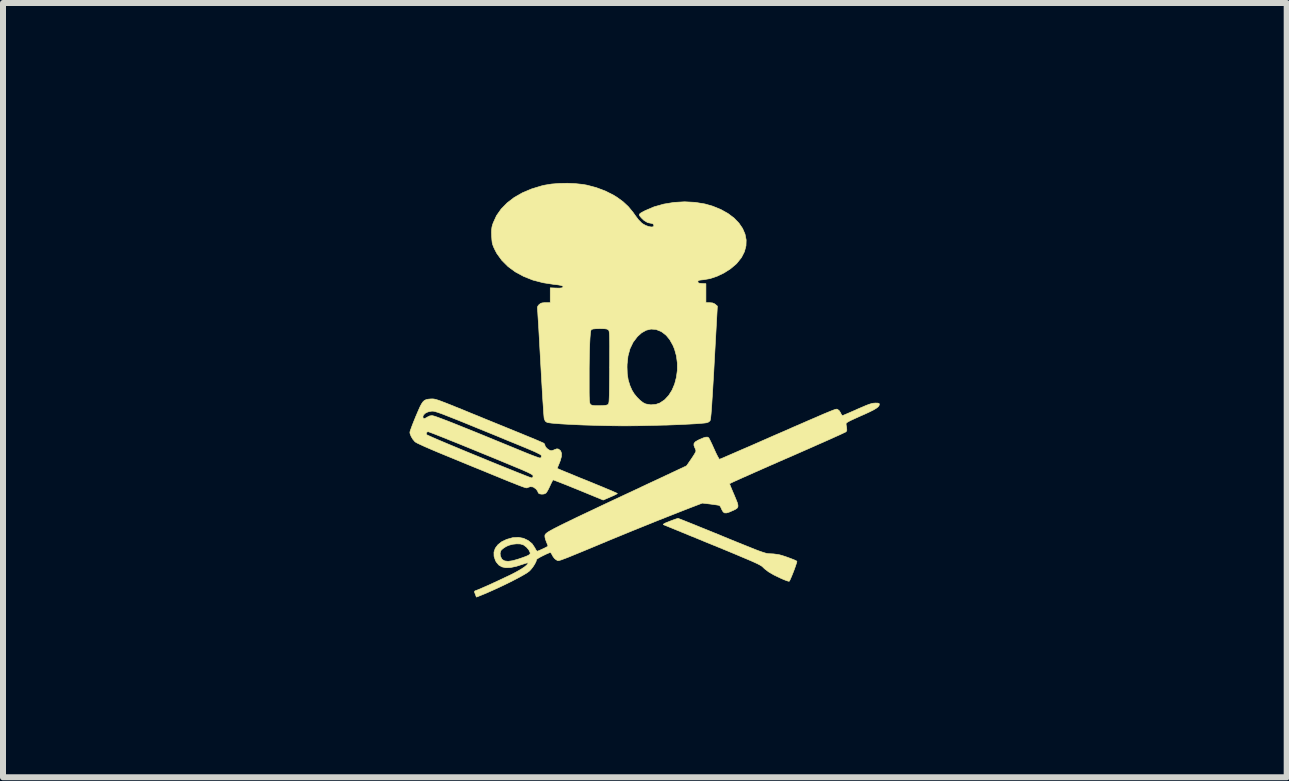
<source format=kicad_pcb>
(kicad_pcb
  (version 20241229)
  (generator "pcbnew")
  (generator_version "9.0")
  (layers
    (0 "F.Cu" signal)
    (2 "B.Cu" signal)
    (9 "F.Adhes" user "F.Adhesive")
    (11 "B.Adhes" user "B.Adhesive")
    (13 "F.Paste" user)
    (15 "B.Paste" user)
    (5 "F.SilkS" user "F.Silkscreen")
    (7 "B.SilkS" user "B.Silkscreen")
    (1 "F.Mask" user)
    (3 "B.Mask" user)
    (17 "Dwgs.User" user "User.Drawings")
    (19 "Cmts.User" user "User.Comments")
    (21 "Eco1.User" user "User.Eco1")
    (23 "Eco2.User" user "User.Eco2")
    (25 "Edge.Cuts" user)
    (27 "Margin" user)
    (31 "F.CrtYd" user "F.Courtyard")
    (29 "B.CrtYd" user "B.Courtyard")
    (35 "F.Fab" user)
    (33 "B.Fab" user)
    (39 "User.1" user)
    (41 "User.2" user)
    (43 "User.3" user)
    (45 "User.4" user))
  (footprint "kitchen_head"
    (layer "F.Cu")
    (at 7.7 3.446)
    (property "Reference" "kitchen_head" (at 0 0 0) (layer "F.Mask") (effects (font (size 1.524 1.524) (thickness 0.3))))
    (attr through_hole)
    (fp_poly (pts (xy 0.567 2.15) (xy 0.603 2.164) (xy 0.657 2.185) (xy 0.729 2.214) (xy 0.817 2.249) (xy 0.917 2.29) (xy 1.029 2.335) (xy 1.149 2.384) (xy 1.277 2.436) (xy 1.286 2.44) (xy 1.434 2.501) (xy 1.562 2.553) (xy 1.669 2.596) (xy 1.759 2.632) (xy 1.833 2.662) (xy 1.893 2.685) (xy 1.941 2.702) (xy 1.98 2.715) (xy 2.01 2.724) (xy 2.035 2.73) (xy 2.055 2.733) (xy 2.073 2.735) (xy 2.087 2.735) (xy 2.147 2.738) (xy 2.212 2.747) (xy 2.246 2.753) (xy 2.289 2.765) (xy 2.342 2.782) (xy 2.398 2.802) (xy 2.451 2.822) (xy 2.496 2.84) (xy 2.526 2.855) (xy 2.534 2.86) (xy 2.533 2.874) (xy 2.523 2.906) (xy 2.508 2.951) (xy 2.489 3.004) (xy 2.468 3.058) (xy 2.447 3.11) (xy 2.428 3.154) (xy 2.414 3.184) (xy 2.407 3.194) (xy 2.392 3.193) (xy 2.36 3.183) (xy 2.314 3.165) (xy 2.264 3.143) (xy 2.153 3.09) (xy 2.064 3.038) (xy 1.996 2.986) (xy 1.964 2.955) (xy 1.953 2.945) (xy 1.936 2.934) (xy 1.912 2.92) (xy 1.877 2.902) (xy 1.832 2.881) (xy 1.774 2.855) (xy 1.701 2.824) (xy 1.613 2.787) (xy 1.507 2.742) (xy 1.382 2.69) (xy 1.236 2.63) (xy 1.131 2.587) (xy 0.996 2.532) (xy 0.868 2.479) (xy 0.747 2.43) (xy 0.638 2.385) (xy 0.541 2.345) (xy 0.458 2.311) (xy 0.392 2.284) (xy 0.345 2.265) (xy 0.318 2.254) (xy 0.313 2.252) (xy 0.307 2.246) (xy 0.319 2.235) (xy 0.349 2.22) (xy 0.402 2.199) (xy 0.414 2.194) (xy 0.467 2.174) (xy 0.512 2.158) (xy 0.543 2.148) (xy 0.553 2.145) (xy 0.567 2.15)) (stroke (width 0.01) (type solid)) (fill yes) (layer "F.SilkS"))
    (fp_poly (pts (xy -3.535 0.154) (xy -3.515 0.156) (xy -3.492 0.161) (xy -3.464 0.169) (xy -3.427 0.181) (xy -3.38 0.199) (xy -3.32 0.222) (xy -3.246 0.251) (xy -3.155 0.288) (xy -3.045 0.332) (xy -2.914 0.386) (xy -2.9 0.392) (xy -2.771 0.444) (xy -2.638 0.499) (xy -2.505 0.553) (xy -2.377 0.605) (xy -2.257 0.654) (xy -2.149 0.698) (xy -2.058 0.735) (xy -2.003 0.758) (xy -1.92 0.792) (xy -1.844 0.823) (xy -1.779 0.851) (xy -1.728 0.873) (xy -1.695 0.888) (xy -1.682 0.894) (xy -1.668 0.916) (xy -1.666 0.929) (xy -1.656 0.953) (xy -1.631 0.981) (xy -1.599 1.004) (xy -1.569 1.017) (xy -1.563 1.018) (xy -1.534 1.012) (xy -1.5 0.998) (xy -1.466 0.986) (xy -1.439 0.991) (xy -1.437 0.992) (xy -1.404 1.02) (xy -1.389 1.061) (xy -1.391 1.116) (xy -1.411 1.187) (xy -1.424 1.22) (xy -1.462 1.312) (xy -1.396 1.341) (xy -1.369 1.352) (xy -1.321 1.372) (xy -1.256 1.398) (xy -1.177 1.431) (xy -1.088 1.468) (xy -0.99 1.507) (xy -0.894 1.546) (xy -0.795 1.587) (xy -0.704 1.624) (xy -0.624 1.658) (xy -0.556 1.686) (xy -0.505 1.709) (xy -0.471 1.724) (xy -0.458 1.731) (xy -0.458 1.731) (xy -0.469 1.739) (xy -0.498 1.754) (xy -0.541 1.774) (xy -0.576 1.789) (xy -0.694 1.84) (xy -1.107 1.67) (xy -1.204 1.631) (xy -1.292 1.595) (xy -1.371 1.564) (xy -1.437 1.538) (xy -1.487 1.519) (xy -1.519 1.507) (xy -1.53 1.504) (xy -1.539 1.517) (xy -1.555 1.547) (xy -1.575 1.589) (xy -1.583 1.607) (xy -1.606 1.655) (xy -1.628 1.695) (xy -1.646 1.72) (xy -1.649 1.724) (xy -1.681 1.739) (xy -1.718 1.742) (xy -1.752 1.737) (xy -1.775 1.723) (xy -1.781 1.708) (xy -1.789 1.688) (xy -1.81 1.661) (xy -1.818 1.653) (xy -1.862 1.622) (xy -1.909 1.617) (xy -1.951 1.63) (xy -1.956 1.632) (xy -1.96 1.635) (xy -1.964 1.637) (xy -1.97 1.637) (xy -1.98 1.636) (xy -1.994 1.632) (xy -2.015 1.626) (xy -2.043 1.616) (xy -2.08 1.602) (xy -2.127 1.584) (xy -2.186 1.56) (xy -2.258 1.532) (xy -2.344 1.497) (xy -2.446 1.455) (xy -2.566 1.406) (xy -2.704 1.349) (xy -2.862 1.285) (xy -3.042 1.211) (xy -3.141 1.17) (xy -3.307 1.102) (xy -3.45 1.043) (xy -3.57 0.992) (xy -3.667 0.95) (xy -3.741 0.916) (xy -3.794 0.891) (xy -3.825 0.873) (xy -3.832 0.868) (xy -3.868 0.826) (xy -3.896 0.779) (xy -3.914 0.733) (xy -3.914 0.733) (xy -3.644 0.733) (xy -3.638 0.75) (xy -3.625 0.757) (xy -3.59 0.773) (xy -3.537 0.797) (xy -3.466 0.828) (xy -3.381 0.864) (xy -3.284 0.905) (xy -3.176 0.95) (xy -3.061 0.998) (xy -2.94 1.048) (xy -2.816 1.099) (xy -2.691 1.15) (xy -2.568 1.201) (xy -2.447 1.25) (xy -2.333 1.296) (xy -2.226 1.339) (xy -2.13 1.378) (xy -2.046 1.411) (xy -1.978 1.438) (xy -1.926 1.458) (xy -1.893 1.469) (xy -1.882 1.472) (xy -1.867 1.458) (xy -1.863 1.438) (xy -1.865 1.432) (xy -1.869 1.425) (xy -1.879 1.417) (xy -1.895 1.407) (xy -1.919 1.394) (xy -1.953 1.377) (xy -1.998 1.357) (xy -2.056 1.331) (xy -2.129 1.301) (xy -2.218 1.264) (xy -2.324 1.22) (xy -2.449 1.168) (xy -2.595 1.108) (xy -2.728 1.054) (xy -2.869 0.996) (xy -3.004 0.941) (xy -3.129 0.89) (xy -3.245 0.844) (xy -3.348 0.802) (xy -3.437 0.767) (xy -3.51 0.738) (xy -3.566 0.717) (xy -3.601 0.704) (xy -3.614 0.7) (xy -3.636 0.71) (xy -3.644 0.733) (xy -3.914 0.733) (xy -3.917 0.71) (xy -3.912 0.689) (xy -3.898 0.65) (xy -3.878 0.595) (xy -3.852 0.529) (xy -3.822 0.456) (xy -3.821 0.452) (xy -3.701 0.452) (xy -3.694 0.477) (xy -3.673 0.482) (xy -3.64 0.466) (xy -3.628 0.458) (xy -3.588 0.438) (xy -3.548 0.432) (xy -3.534 0.435) (xy -3.51 0.441) (xy -3.474 0.453) (xy -3.427 0.47) (xy -3.366 0.493) (xy -3.29 0.522) (xy -3.2 0.557) (xy -3.093 0.6) (xy -2.969 0.65) (xy -2.827 0.707) (xy -2.665 0.773) (xy -2.483 0.848) (xy -2.28 0.931) (xy -2.054 1.024) (xy -2.035 1.032) (xy -1.956 1.064) (xy -1.885 1.092) (xy -1.824 1.115) (xy -1.778 1.131) (xy -1.749 1.14) (xy -1.743 1.141) (xy -1.728 1.128) (xy -1.723 1.108) (xy -1.725 1.1) (xy -1.73 1.092) (xy -1.742 1.082) (xy -1.761 1.071) (xy -1.791 1.056) (xy -1.832 1.036) (xy -1.887 1.012) (xy -1.958 0.982) (xy -2.047 0.945) (xy -2.156 0.9) (xy -2.277 0.851) (xy -2.472 0.77) (xy -2.646 0.699) (xy -2.799 0.637) (xy -2.933 0.582) (xy -3.048 0.535) (xy -3.148 0.495) (xy -3.232 0.462) (xy -3.303 0.434) (xy -3.361 0.411) (xy -3.408 0.394) (xy -3.447 0.38) (xy -3.477 0.371) (xy -3.5 0.364) (xy -3.519 0.36) (xy -3.534 0.358) (xy -3.546 0.358) (xy -3.557 0.359) (xy -3.561 0.359) (xy -3.616 0.371) (xy -3.661 0.393) (xy -3.691 0.423) (xy -3.701 0.452) (xy -3.821 0.452) (xy -3.818 0.446) (xy -3.78 0.357) (xy -3.75 0.289) (xy -3.724 0.239) (xy -3.699 0.203) (xy -3.675 0.18) (xy -3.648 0.167) (xy -3.615 0.159) (xy -3.575 0.155) (xy -3.571 0.155) (xy -3.552 0.154) (xy -3.535 0.154)) (stroke (width 0.01) (type solid)) (fill yes) (layer "F.SilkS"))
    (fp_poly (pts (xy -1.16 -3.435) (xy -1.037 -3.422) (xy -0.967 -3.41) (xy -0.812 -3.369) (xy -0.662 -3.313) (xy -0.526 -3.245) (xy -0.463 -3.206) (xy -0.363 -3.133) (xy -0.277 -3.053) (xy -0.199 -2.959) (xy -0.156 -2.898) (xy -0.105 -2.831) (xy -0.055 -2.78) (xy -0.032 -2.763) (xy 0.015 -2.737) (xy 0.063 -2.72) (xy 0.106 -2.712) (xy 0.136 -2.715) (xy 0.143 -2.72) (xy 0.151 -2.741) (xy 0.14 -2.762) (xy 0.114 -2.772) (xy 0.108 -2.773) (xy 0.047 -2.785) (xy -0.013 -2.821) (xy -0.056 -2.862) (xy -0.08 -2.89) (xy -0.092 -2.911) (xy -0.089 -2.927) (xy -0.068 -2.945) (xy -0.029 -2.967) (xy 0.006 -2.985) (xy 0.154 -3.048) (xy 0.317 -3.094) (xy 0.488 -3.122) (xy 0.663 -3.132) (xy 0.837 -3.123) (xy 1.005 -3.095) (xy 1.128 -3.06) (xy 1.266 -3.004) (xy 1.386 -2.937) (xy 1.487 -2.861) (xy 1.568 -2.777) (xy 1.629 -2.688) (xy 1.67 -2.593) (xy 1.689 -2.496) (xy 1.686 -2.398) (xy 1.66 -2.3) (xy 1.611 -2.204) (xy 1.538 -2.112) (xy 1.52 -2.093) (xy 1.426 -2.014) (xy 1.319 -1.946) (xy 1.204 -1.891) (xy 1.088 -1.852) (xy 0.979 -1.833) (xy 0.93 -1.828) (xy 0.902 -1.823) (xy 0.888 -1.815) (xy 0.884 -1.802) (xy 0.884 -1.8) (xy 0.888 -1.784) (xy 0.903 -1.776) (xy 0.935 -1.772) (xy 0.951 -1.77) (xy 1.018 -1.767) (xy 1.018 -1.45) (xy 1.08 -1.45) (xy 1.129 -1.446) (xy 1.165 -1.43) (xy 1.176 -1.421) (xy 1.209 -1.393) (xy 1.157 -0.452) (xy 1.147 -0.264) (xy 1.137 -0.101) (xy 1.129 0.039) (xy 1.121 0.159) (xy 1.115 0.258) (xy 1.109 0.34) (xy 1.104 0.404) (xy 1.099 0.452) (xy 1.094 0.487) (xy 1.09 0.508) (xy 1.087 0.518) (xy 1.061 0.54) (xy 1.027 0.552) (xy 0.988 0.557) (xy 0.928 0.562) (xy 0.851 0.568) (xy 0.761 0.573) (xy 0.661 0.578) (xy 0.557 0.583) (xy 0.452 0.587) (xy 0.35 0.591) (xy 0.318 0.591) (xy 0.161 0.595) (xy 0.026 0.598) (xy -0.092 0.601) (xy -0.197 0.602) (xy -0.293 0.603) (xy -0.384 0.603) (xy -0.474 0.602) (xy -0.568 0.601) (xy -0.669 0.599) (xy -0.744 0.597) (xy -0.89 0.593) (xy -1.03 0.589) (xy -1.161 0.583) (xy -1.281 0.577) (xy -1.388 0.571) (xy -1.478 0.564) (xy -1.551 0.558) (xy -1.603 0.551) (xy -1.631 0.545) (xy -1.66 0.524) (xy -1.677 0.485) (xy -1.677 0.485) (xy -1.68 0.465) (xy -1.684 0.421) (xy -1.689 0.357) (xy -1.694 0.273) (xy -1.701 0.174) (xy -1.708 0.06) (xy -1.715 -0.066) (xy -1.72 -0.148) (xy -0.928 -0.148) (xy -0.928 -0.04) (xy -0.928 0.045) (xy -0.927 0.111) (xy -0.925 0.16) (xy -0.922 0.194) (xy -0.919 0.218) (xy -0.914 0.233) (xy -0.908 0.243) (xy -0.907 0.244) (xy -0.893 0.255) (xy -0.872 0.262) (xy -0.838 0.266) (xy -0.786 0.267) (xy -0.764 0.267) (xy -0.694 0.265) (xy -0.647 0.26) (xy -0.619 0.251) (xy -0.616 0.249) (xy -0.61 0.244) (xy -0.606 0.236) (xy -0.602 0.224) (xy -0.598 0.205) (xy -0.596 0.177) (xy -0.594 0.137) (xy -0.592 0.084) (xy -0.591 0.016) (xy -0.59 -0.071) (xy -0.589 -0.178) (xy -0.588 -0.307) (xy -0.588 -0.369) (xy -0.588 -0.375) (xy -0.297 -0.375) (xy -0.293 -0.26) (xy -0.277 -0.16) (xy -0.248 -0.067) (xy -0.214 0.01) (xy -0.179 0.067) (xy -0.132 0.125) (xy -0.081 0.176) (xy -0.03 0.216) (xy 0.014 0.238) (xy 0.1 0.253) (xy 0.185 0.245) (xy 0.251 0.222) (xy 0.33 0.169) (xy 0.398 0.096) (xy 0.454 0.007) (xy 0.497 -0.095) (xy 0.526 -0.207) (xy 0.542 -0.324) (xy 0.542 -0.444) (xy 0.526 -0.564) (xy 0.494 -0.678) (xy 0.467 -0.742) (xy 0.415 -0.834) (xy 0.357 -0.905) (xy 0.29 -0.958) (xy 0.266 -0.972) (xy 0.185 -1.004) (xy 0.103 -1.01) (xy 0.023 -0.991) (xy -0.054 -0.948) (xy -0.124 -0.885) (xy -0.196 -0.79) (xy -0.248 -0.682) (xy -0.281 -0.561) (xy -0.296 -0.423) (xy -0.297 -0.375) (xy -0.588 -0.375) (xy -0.587 -0.509) (xy -0.587 -0.626) (xy -0.586 -0.722) (xy -0.587 -0.799) (xy -0.588 -0.859) (xy -0.589 -0.905) (xy -0.591 -0.939) (xy -0.594 -0.962) (xy -0.597 -0.978) (xy -0.601 -0.988) (xy -0.606 -0.994) (xy -0.62 -1.005) (xy -0.64 -1.012) (xy -0.673 -1.016) (xy -0.723 -1.017) (xy -0.751 -1.018) (xy -0.817 -1.016) (xy -0.861 -1.012) (xy -0.887 -1.004) (xy -0.894 -1) (xy -0.902 -0.979) (xy -0.908 -0.933) (xy -0.914 -0.863) (xy -0.919 -0.769) (xy -0.923 -0.653) (xy -0.926 -0.514) (xy -0.928 -0.353) (xy -0.928 -0.171) (xy -0.928 -0.148) (xy -1.72 -0.148) (xy -1.723 -0.202) (xy -1.731 -0.346) (xy -1.735 -0.413) (xy -1.743 -0.56) (xy -1.751 -0.7) (xy -1.758 -0.832) (xy -1.765 -0.953) (xy -1.771 -1.062) (xy -1.777 -1.154) (xy -1.782 -1.23) (xy -1.785 -1.285) (xy -1.788 -1.318) (xy -1.788 -1.325) (xy -1.791 -1.365) (xy -1.785 -1.391) (xy -1.767 -1.414) (xy -1.763 -1.418) (xy -1.74 -1.436) (xy -1.714 -1.446) (xy -1.676 -1.45) (xy -1.654 -1.45) (xy -1.577 -1.45) (xy -1.577 -1.698) (xy -1.481 -1.694) (xy -1.424 -1.693) (xy -1.385 -1.697) (xy -1.37 -1.703) (xy -1.362 -1.717) (xy -1.371 -1.728) (xy -1.398 -1.738) (xy -1.446 -1.747) (xy -1.517 -1.755) (xy -1.697 -1.783) (xy -1.866 -1.827) (xy -2.02 -1.888) (xy -2.16 -1.964) (xy -2.281 -2.053) (xy -2.384 -2.156) (xy -2.467 -2.27) (xy -2.494 -2.321) (xy -2.519 -2.373) (xy -2.535 -2.414) (xy -2.545 -2.452) (xy -2.55 -2.497) (xy -2.554 -2.558) (xy -2.554 -2.56) (xy -2.556 -2.624) (xy -2.554 -2.671) (xy -2.549 -2.711) (xy -2.538 -2.752) (xy -2.528 -2.78) (xy -2.473 -2.901) (xy -2.395 -3.012) (xy -2.296 -3.113) (xy -2.178 -3.204) (xy -2.041 -3.282) (xy -1.887 -3.347) (xy -1.719 -3.398) (xy -1.666 -3.41) (xy -1.555 -3.428) (xy -1.428 -3.438) (xy -1.293 -3.441) (xy -1.16 -3.435)) (stroke (width 0.01) (type solid)) (fill yes) (layer "F.SilkS"))
    (fp_poly (pts (xy 3.881 0.224) (xy 3.902 0.228) (xy 3.909 0.238) (xy 3.909 0.248) (xy 3.903 0.268) (xy 3.885 0.289) (xy 3.855 0.312) (xy 3.809 0.339) (xy 3.745 0.371) (xy 3.661 0.41) (xy 3.59 0.441) (xy 3.506 0.479) (xy 3.443 0.508) (xy 3.399 0.53) (xy 3.371 0.547) (xy 3.357 0.56) (xy 3.354 0.569) (xy 3.357 0.596) (xy 3.364 0.634) (xy 3.364 0.637) (xy 3.367 0.676) (xy 3.355 0.701) (xy 3.34 0.709) (xy 3.304 0.726) (xy 3.249 0.752) (xy 3.175 0.785) (xy 3.085 0.826) (xy 2.981 0.872) (xy 2.863 0.924) (xy 2.735 0.981) (xy 2.598 1.041) (xy 2.453 1.105) (xy 2.374 1.139) (xy 2.227 1.203) (xy 2.086 1.265) (xy 1.954 1.323) (xy 1.832 1.377) (xy 1.723 1.426) (xy 1.627 1.468) (xy 1.546 1.505) (xy 1.483 1.533) (xy 1.439 1.554) (xy 1.416 1.566) (xy 1.412 1.568) (xy 1.417 1.583) (xy 1.43 1.616) (xy 1.45 1.664) (xy 1.475 1.723) (xy 1.489 1.755) (xy 1.52 1.83) (xy 1.542 1.885) (xy 1.552 1.925) (xy 1.551 1.954) (xy 1.538 1.975) (xy 1.513 1.993) (xy 1.477 2.011) (xy 1.467 2.015) (xy 1.405 2.042) (xy 1.36 2.055) (xy 1.328 2.054) (xy 1.305 2.037) (xy 1.286 2.005) (xy 1.276 1.983) (xy 1.261 1.951) (xy 1.245 1.932) (xy 1.242 1.93) (xy 1.224 1.926) (xy 1.186 1.92) (xy 1.136 1.913) (xy 1.093 1.907) (xy 0.958 1.891) (xy 0.749 1.971) (xy 0.588 2.034) (xy 0.408 2.105) (xy 0.212 2.182) (xy 0.007 2.265) (xy -0.206 2.351) (xy -0.42 2.439) (xy -0.598 2.512) (xy -0.758 2.579) (xy -0.897 2.637) (xy -1.015 2.686) (xy -1.115 2.727) (xy -1.198 2.761) (xy -1.266 2.789) (xy -1.32 2.81) (xy -1.363 2.826) (xy -1.395 2.838) (xy -1.419 2.845) (xy -1.436 2.849) (xy -1.448 2.85) (xy -1.457 2.848) (xy -1.463 2.845) (xy -1.47 2.84) (xy -1.478 2.836) (xy -1.481 2.834) (xy -1.506 2.814) (xy -1.531 2.781) (xy -1.54 2.764) (xy -1.558 2.732) (xy -1.572 2.714) (xy -1.576 2.712) (xy -1.642 2.74) (xy -1.702 2.769) (xy -1.752 2.795) (xy -1.787 2.816) (xy -1.805 2.83) (xy -1.806 2.833) (xy -1.814 2.865) (xy -1.836 2.908) (xy -1.866 2.955) (xy -1.901 2.999) (xy -1.925 3.024) (xy -1.957 3.048) (xy -2.01 3.081) (xy -2.079 3.12) (xy -2.162 3.164) (xy -2.254 3.211) (xy -2.352 3.259) (xy -2.454 3.307) (xy -2.556 3.353) (xy -2.653 3.396) (xy -2.744 3.433) (xy -2.744 3.433) (xy -2.808 3.458) (xy -2.827 3.408) (xy -2.839 3.377) (xy -2.839 3.361) (xy -2.828 3.353) (xy -2.819 3.35) (xy -2.79 3.339) (xy -2.741 3.319) (xy -2.678 3.291) (xy -2.602 3.258) (xy -2.52 3.22) (xy -2.433 3.18) (xy -2.347 3.139) (xy -2.264 3.1) (xy -2.251 3.094) (xy -2.153 3.044) (xy -2.072 2.998) (xy -2.01 2.958) (xy -1.968 2.923) (xy -1.948 2.896) (xy -1.946 2.888) (xy -1.957 2.887) (xy -1.986 2.894) (xy -2.026 2.907) (xy -2.032 2.909) (xy -2.144 2.945) (xy -2.239 2.965) (xy -2.318 2.968) (xy -2.383 2.954) (xy -2.435 2.923) (xy -2.476 2.874) (xy -2.49 2.849) (xy -2.514 2.777) (xy -2.515 2.724) (xy -2.413 2.724) (xy -2.409 2.773) (xy -2.387 2.819) (xy -2.377 2.832) (xy -2.337 2.855) (xy -2.279 2.862) (xy -2.202 2.851) (xy -2.111 2.825) (xy -2.035 2.799) (xy -1.981 2.779) (xy -1.945 2.763) (xy -1.923 2.749) (xy -1.913 2.737) (xy -1.912 2.723) (xy -1.914 2.712) (xy -1.934 2.671) (xy -1.97 2.628) (xy -2.015 2.593) (xy -2.028 2.586) (xy -2.075 2.572) (xy -2.137 2.57) (xy -2.204 2.577) (xy -2.27 2.595) (xy -2.312 2.614) (xy -2.352 2.639) (xy -2.385 2.666) (xy -2.399 2.681) (xy -2.413 2.724) (xy -2.515 2.724) (xy -2.515 2.708) (xy -2.493 2.643) (xy -2.449 2.585) (xy -2.386 2.535) (xy -2.304 2.496) (xy -2.205 2.468) (xy -2.197 2.467) (xy -2.107 2.462) (xy -2.022 2.478) (xy -1.945 2.515) (xy -1.88 2.568) (xy -1.833 2.638) (xy -1.825 2.655) (xy -1.808 2.683) (xy -1.793 2.693) (xy -1.79 2.693) (xy -1.733 2.669) (xy -1.683 2.646) (xy -1.643 2.626) (xy -1.62 2.612) (xy -1.615 2.607) (xy -1.62 2.59) (xy -1.632 2.559) (xy -1.641 2.537) (xy -1.656 2.497) (xy -1.665 2.46) (xy -1.666 2.448) (xy -1.666 2.439) (xy -1.666 2.43) (xy -1.664 2.422) (xy -1.659 2.413) (xy -1.651 2.403) (xy -1.638 2.391) (xy -1.619 2.377) (xy -1.594 2.361) (xy -1.56 2.342) (xy -1.518 2.319) (xy -1.465 2.292) (xy -1.402 2.26) (xy -1.327 2.223) (xy -1.238 2.18) (xy -1.135 2.13) (xy -1.017 2.074) (xy -0.883 2.011) (xy -0.732 1.939) (xy -0.562 1.859) (xy -0.372 1.77) (xy -0.162 1.672) (xy 0.069 1.563) (xy 0.173 1.515) (xy 0.696 1.269) (xy 0.774 1.156) (xy 0.806 1.108) (xy 0.832 1.066) (xy 0.848 1.035) (xy 0.852 1.023) (xy 0.847 0.999) (xy 0.833 0.967) (xy 0.832 0.965) (xy 0.818 0.927) (xy 0.82 0.896) (xy 0.842 0.869) (xy 0.886 0.843) (xy 0.916 0.829) (xy 0.974 0.804) (xy 1.015 0.792) (xy 1.043 0.791) (xy 1.063 0.801) (xy 1.067 0.806) (xy 1.077 0.824) (xy 1.095 0.86) (xy 1.119 0.91) (xy 1.146 0.97) (xy 1.157 0.994) (xy 1.184 1.054) (xy 1.209 1.104) (xy 1.229 1.14) (xy 1.241 1.159) (xy 1.244 1.161) (xy 1.258 1.155) (xy 1.293 1.141) (xy 1.346 1.118) (xy 1.415 1.088) (xy 1.498 1.052) (xy 1.592 1.011) (xy 1.694 0.967) (xy 1.764 0.937) (xy 1.975 0.844) (xy 2.164 0.761) (xy 2.333 0.688) (xy 2.482 0.622) (xy 2.612 0.566) (xy 2.726 0.516) (xy 2.824 0.474) (xy 2.907 0.438) (xy 2.976 0.408) (xy 3.034 0.384) (xy 3.08 0.365) (xy 3.117 0.35) (xy 3.146 0.339) (xy 3.167 0.332) (xy 3.183 0.327) (xy 3.194 0.325) (xy 3.201 0.325) (xy 3.207 0.326) (xy 3.211 0.328) (xy 3.214 0.33) (xy 3.24 0.35) (xy 3.261 0.383) (xy 3.263 0.388) (xy 3.278 0.417) (xy 3.29 0.432) (xy 3.292 0.432) (xy 3.307 0.428) (xy 3.34 0.414) (xy 3.39 0.393) (xy 3.452 0.366) (xy 3.523 0.335) (xy 3.537 0.328) (xy 3.621 0.292) (xy 3.686 0.264) (xy 3.736 0.245) (xy 3.774 0.233) (xy 3.806 0.226) (xy 3.834 0.224) (xy 3.841 0.223) (xy 3.881 0.224)) (stroke (width 0.01) (type solid)) (fill yes) (layer "F.SilkS")))
  (gr_rect
    (start -3 -3)
    (end 18.4 9.908)
    (stroke (width 0.1) (type default))
    (fill no)
    (layer "Edge.Cuts")))
</source>
